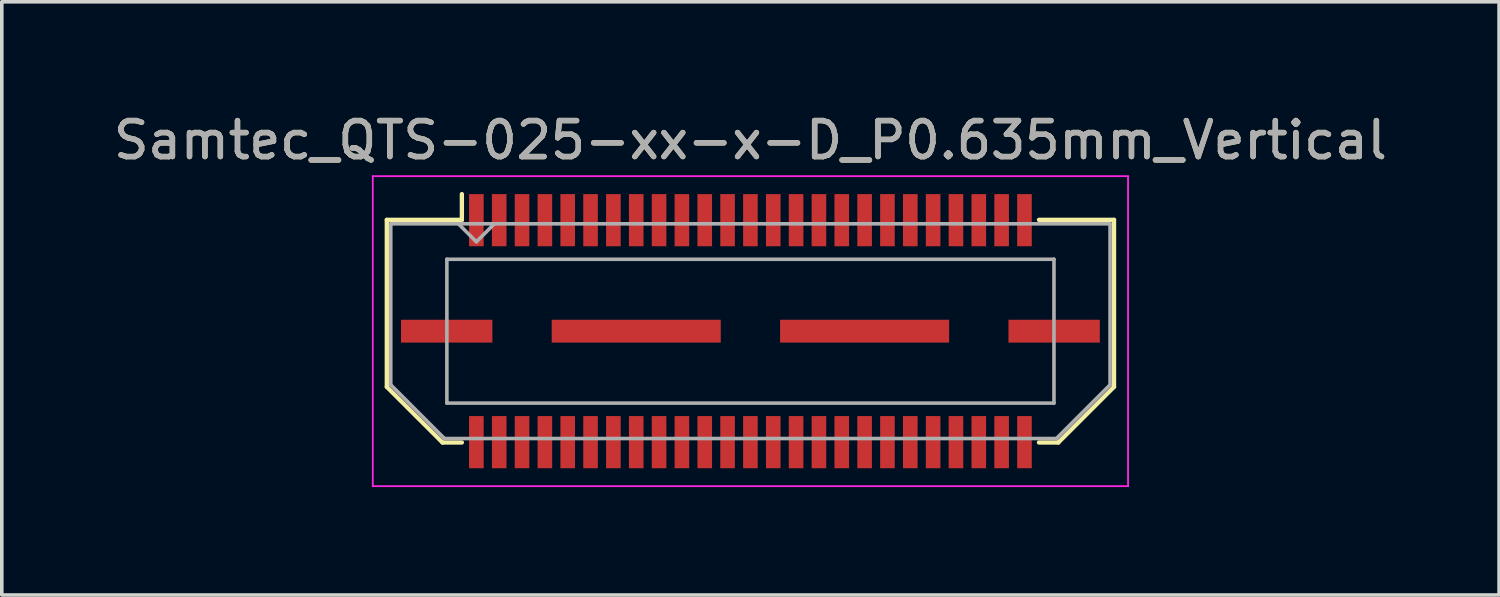
<source format=kicad_pcb>
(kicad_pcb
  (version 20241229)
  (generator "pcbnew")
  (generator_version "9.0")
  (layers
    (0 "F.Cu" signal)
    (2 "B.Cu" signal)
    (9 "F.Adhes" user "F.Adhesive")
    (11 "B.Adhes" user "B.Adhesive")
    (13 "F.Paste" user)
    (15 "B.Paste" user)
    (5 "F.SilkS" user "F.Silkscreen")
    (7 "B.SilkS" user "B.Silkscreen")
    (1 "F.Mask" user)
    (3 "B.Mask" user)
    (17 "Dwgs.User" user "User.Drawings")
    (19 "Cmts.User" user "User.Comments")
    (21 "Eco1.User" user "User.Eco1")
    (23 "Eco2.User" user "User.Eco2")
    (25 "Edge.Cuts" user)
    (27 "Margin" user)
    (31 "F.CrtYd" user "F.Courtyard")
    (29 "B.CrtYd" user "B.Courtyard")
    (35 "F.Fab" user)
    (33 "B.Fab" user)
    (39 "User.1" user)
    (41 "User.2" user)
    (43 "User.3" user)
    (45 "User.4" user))
  (footprint "Samtec_QTS-025-xx-x-D_P0.635mm_Vertical"
    (layer "F.Cu")
    (at 17.815 6.158)
    (property "Reference" "Samtec_QTS-025-xx-x-D_P0.635mm_Vertical" (at 0 -5.31 0) (layer "F.SilkS") (effects (font (size 1 1) (thickness 0.15))))
    (attr smd)
    (fp_line (start -10.11 -3.095) (end -10.11 1.548) (stroke (width 0.12) (type solid)) (layer "F.SilkS"))
    (fp_line (start -10.11 1.548) (end -8.562 3.095) (stroke (width 0.12) (type solid)) (layer "F.SilkS"))
    (fp_line (start -8.562 3.095) (end -8.023 3.095) (stroke (width 0.12) (type solid)) (layer "F.SilkS"))
    (fp_line (start -8.023 -3.811) (end -8.023 -3.095) (stroke (width 0.12) (type solid)) (layer "F.SilkS"))
    (fp_line (start -8.023 -3.095) (end -10.11 -3.095) (stroke (width 0.12) (type solid)) (layer "F.SilkS"))
    (fp_line (start 8.023 -3.095) (end 10.11 -3.095) (stroke (width 0.12) (type solid)) (layer "F.SilkS"))
    (fp_line (start 8.562 3.095) (end 8.023 3.095) (stroke (width 0.12) (type solid)) (layer "F.SilkS"))
    (fp_line (start 10.11 -3.095) (end 10.11 1.548) (stroke (width 0.12) (type solid)) (layer "F.SilkS"))
    (fp_line (start 10.11 1.548) (end 8.562 3.095) (stroke (width 0.12) (type solid)) (layer "F.SilkS"))
    (fp_line (start -10.5 -4.31) (end -10.5 4.31) (stroke (width 0.05) (type solid)) (layer "F.CrtYd"))
    (fp_line (start -10.5 4.31) (end 10.5 4.31) (stroke (width 0.05) (type solid)) (layer "F.CrtYd"))
    (fp_line (start 10.5 -4.31) (end -10.5 -4.31) (stroke (width 0.05) (type solid)) (layer "F.CrtYd"))
    (fp_line (start 10.5 4.31) (end 10.5 -4.31) (stroke (width 0.05) (type solid)) (layer "F.CrtYd"))
    (fp_line (start -10 -2.985) (end -10 1.492) (stroke (width 0.1) (type solid)) (layer "F.Fab"))
    (fp_line (start -10 -2.985) (end 10 -2.985) (stroke (width 0.1) (type solid)) (layer "F.Fab"))
    (fp_line (start -10 1.492) (end -8.508 2.985) (stroke (width 0.1) (type solid)) (layer "F.Fab"))
    (fp_line (start -8.508 2.985) (end 8.508 2.985) (stroke (width 0.1) (type solid)) (layer "F.Fab"))
    (fp_line (start -8.44 -2) (end -8.44 2) (stroke (width 0.1) (type solid)) (layer "F.Fab"))
    (fp_line (start -8.44 2) (end 8.44 2) (stroke (width 0.1) (type solid)) (layer "F.Fab"))
    (fp_line (start -7.62 -2.485) (end -8.12 -2.985) (stroke (width 0.1) (type solid)) (layer "F.Fab"))
    (fp_line (start -7.12 -2.985) (end -7.62 -2.485) (stroke (width 0.1) (type solid)) (layer "F.Fab"))
    (fp_line (start 8.44 -2) (end -8.44 -2) (stroke (width 0.1) (type solid)) (layer "F.Fab"))
    (fp_line (start 8.44 2) (end 8.44 -2) (stroke (width 0.1) (type solid)) (layer "F.Fab"))
    (fp_line (start 10 -2.985) (end 10 1.492) (stroke (width 0.1) (type solid)) (layer "F.Fab"))
    (fp_line (start 10 1.492) (end 8.508 2.985) (stroke (width 0.1) (type solid)) (layer "F.Fab"))
    (fp_text user "${REFERENCE}" (at 0 -5.31 0) (layer "F.Fab") (effects (font (size 1 1) (thickness 0.15))))
    (pad "1" smd rect (at -7.62 -3.086) (size 0.406 1.45) (layers "F.Cu" "F.Mask" "F.Paste"))
    (pad "2" smd rect (at -7.62 3.086) (size 0.406 1.45) (layers "F.Cu" "F.Mask" "F.Paste"))
    (pad "3" smd rect (at -6.985 -3.086) (size 0.406 1.45) (layers "F.Cu" "F.Mask" "F.Paste"))
    (pad "4" smd rect (at -6.985 3.086) (size 0.406 1.45) (layers "F.Cu" "F.Mask" "F.Paste"))
    (pad "5" smd rect (at -6.35 -3.086) (size 0.406 1.45) (layers "F.Cu" "F.Mask" "F.Paste"))
    (pad "6" smd rect (at -6.35 3.086) (size 0.406 1.45) (layers "F.Cu" "F.Mask" "F.Paste"))
    (pad "7" smd rect (at -5.715 -3.086) (size 0.406 1.45) (layers "F.Cu" "F.Mask" "F.Paste"))
    (pad "8" smd rect (at -5.715 3.086) (size 0.406 1.45) (layers "F.Cu" "F.Mask" "F.Paste"))
    (pad "9" smd rect (at -5.08 -3.086) (size 0.406 1.45) (layers "F.Cu" "F.Mask" "F.Paste"))
    (pad "10" smd rect (at -5.08 3.086) (size 0.406 1.45) (layers "F.Cu" "F.Mask" "F.Paste"))
    (pad "11" smd rect (at -4.445 -3.086) (size 0.406 1.45) (layers "F.Cu" "F.Mask" "F.Paste"))
    (pad "12" smd rect (at -4.445 3.086) (size 0.406 1.45) (layers "F.Cu" "F.Mask" "F.Paste"))
    (pad "13" smd rect (at -3.81 -3.086) (size 0.406 1.45) (layers "F.Cu" "F.Mask" "F.Paste"))
    (pad "14" smd rect (at -3.81 3.086) (size 0.406 1.45) (layers "F.Cu" "F.Mask" "F.Paste"))
    (pad "15" smd rect (at -3.175 -3.086) (size 0.406 1.45) (layers "F.Cu" "F.Mask" "F.Paste"))
    (pad "16" smd rect (at -3.175 3.086) (size 0.406 1.45) (layers "F.Cu" "F.Mask" "F.Paste"))
    (pad "17" smd rect (at -2.54 -3.086) (size 0.406 1.45) (layers "F.Cu" "F.Mask" "F.Paste"))
    (pad "18" smd rect (at -2.54 3.086) (size 0.406 1.45) (layers "F.Cu" "F.Mask" "F.Paste"))
    (pad "19" smd rect (at -1.905 -3.086) (size 0.406 1.45) (layers "F.Cu" "F.Mask" "F.Paste"))
    (pad "20" smd rect (at -1.905 3.086) (size 0.406 1.45) (layers "F.Cu" "F.Mask" "F.Paste"))
    (pad "21" smd rect (at -1.27 -3.086) (size 0.406 1.45) (layers "F.Cu" "F.Mask" "F.Paste"))
    (pad "22" smd rect (at -1.27 3.086) (size 0.406 1.45) (layers "F.Cu" "F.Mask" "F.Paste"))
    (pad "23" smd rect (at -0.635 -3.086) (size 0.406 1.45) (layers "F.Cu" "F.Mask" "F.Paste"))
    (pad "24" smd rect (at -0.635 3.086) (size 0.406 1.45) (layers "F.Cu" "F.Mask" "F.Paste"))
    (pad "25" smd rect (at 0 -3.086) (size 0.406 1.45) (layers "F.Cu" "F.Mask" "F.Paste"))
    (pad "26" smd rect (at 0 3.086) (size 0.406 1.45) (layers "F.Cu" "F.Mask" "F.Paste"))
    (pad "27" smd rect (at 0.635 -3.086) (size 0.406 1.45) (layers "F.Cu" "F.Mask" "F.Paste"))
    (pad "28" smd rect (at 0.635 3.086) (size 0.406 1.45) (layers "F.Cu" "F.Mask" "F.Paste"))
    (pad "29" smd rect (at 1.27 -3.086) (size 0.406 1.45) (layers "F.Cu" "F.Mask" "F.Paste"))
    (pad "30" smd rect (at 1.27 3.086) (size 0.406 1.45) (layers "F.Cu" "F.Mask" "F.Paste"))
    (pad "31" smd rect (at 1.905 -3.086) (size 0.406 1.45) (layers "F.Cu" "F.Mask" "F.Paste"))
    (pad "32" smd rect (at 1.905 3.086) (size 0.406 1.45) (layers "F.Cu" "F.Mask" "F.Paste"))
    (pad "33" smd rect (at 2.54 -3.086) (size 0.406 1.45) (layers "F.Cu" "F.Mask" "F.Paste"))
    (pad "34" smd rect (at 2.54 3.086) (size 0.406 1.45) (layers "F.Cu" "F.Mask" "F.Paste"))
    (pad "35" smd rect (at 3.175 -3.086) (size 0.406 1.45) (layers "F.Cu" "F.Mask" "F.Paste"))
    (pad "36" smd rect (at 3.175 3.086) (size 0.406 1.45) (layers "F.Cu" "F.Mask" "F.Paste"))
    (pad "37" smd rect (at 3.81 -3.086) (size 0.406 1.45) (layers "F.Cu" "F.Mask" "F.Paste"))
    (pad "38" smd rect (at 3.81 3.086) (size 0.406 1.45) (layers "F.Cu" "F.Mask" "F.Paste"))
    (pad "39" smd rect (at 4.445 -3.086) (size 0.406 1.45) (layers "F.Cu" "F.Mask" "F.Paste"))
    (pad "40" smd rect (at 4.445 3.086) (size 0.406 1.45) (layers "F.Cu" "F.Mask" "F.Paste"))
    (pad "41" smd rect (at 5.08 -3.086) (size 0.406 1.45) (layers "F.Cu" "F.Mask" "F.Paste"))
    (pad "42" smd rect (at 5.08 3.086) (size 0.406 1.45) (layers "F.Cu" "F.Mask" "F.Paste"))
    (pad "43" smd rect (at 5.715 -3.086) (size 0.406 1.45) (layers "F.Cu" "F.Mask" "F.Paste"))
    (pad "44" smd rect (at 5.715 3.086) (size 0.406 1.45) (layers "F.Cu" "F.Mask" "F.Paste"))
    (pad "45" smd rect (at 6.35 -3.086) (size 0.406 1.45) (layers "F.Cu" "F.Mask" "F.Paste"))
    (pad "46" smd rect (at 6.35 3.086) (size 0.406 1.45) (layers "F.Cu" "F.Mask" "F.Paste"))
    (pad "47" smd rect (at 6.985 -3.086) (size 0.406 1.45) (layers "F.Cu" "F.Mask" "F.Paste"))
    (pad "48" smd rect (at 6.985 3.086) (size 0.406 1.45) (layers "F.Cu" "F.Mask" "F.Paste"))
    (pad "49" smd rect (at 7.62 -3.086) (size 0.406 1.45) (layers "F.Cu" "F.Mask" "F.Paste"))
    (pad "50" smd rect (at 7.62 3.086) (size 0.406 1.45) (layers "F.Cu" "F.Mask" "F.Paste"))
    (pad "P1" smd rect (at -8.445 0) (size 2.54 0.635) (layers "F.Cu" "F.Mask" "F.Paste"))
    (pad "P1" smd rect (at -3.175 0) (size 4.7 0.635) (layers "F.Cu" "F.Mask" "F.Paste"))
    (pad "P1" smd rect (at 3.175 0) (size 4.7 0.635) (layers "F.Cu" "F.Mask" "F.Paste"))
    (pad "P1" smd rect (at 8.445 0) (size 2.54 0.635) (layers "F.Cu" "F.Mask" "F.Paste")))
  (gr_rect
    (start -3 -3)
    (end 38.631 13.493)
    (stroke (width 0.1) (type default))
    (fill no)
    (layer "Edge.Cuts")))
</source>
